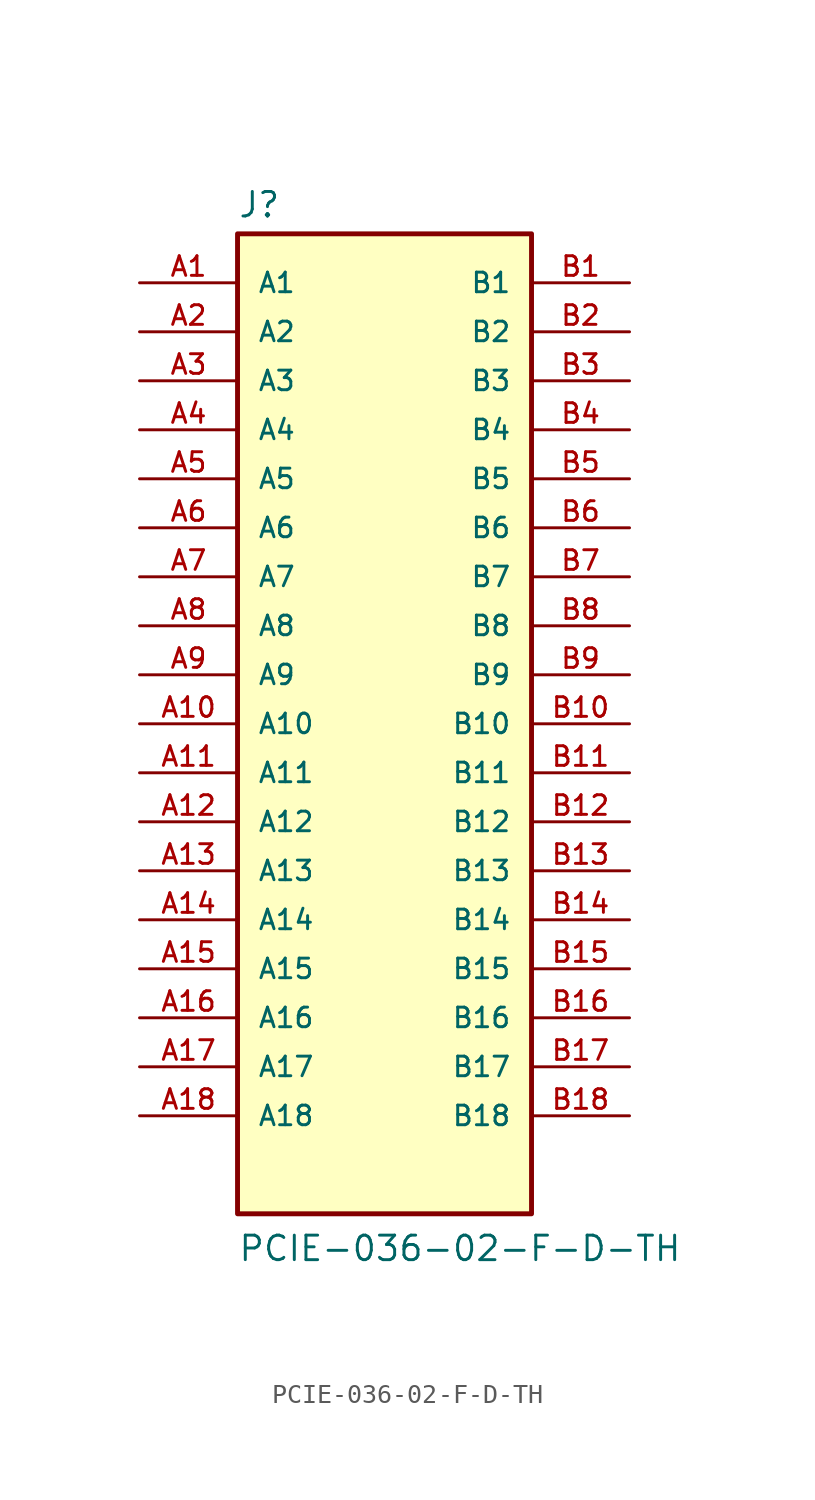
<source format=kicad_sym>
(kicad_symbol_lib
  (version 20211014)
  (generator kicad_symbol_editor)
  (symbol "PCIE-036-02-F-D-TH"
    (pin_names
      (offset 1.016))
    (property "Reference" "J"
      (at -7.62 26.162 0)
      (effects (font (size 1.27 1.27)) (justify bottom left)))
    (property "Value" "PCIE-036-02-F-D-TH"
      (at -7.62 -27.94 0)
      (effects (font (size 1.27 1.27)) (justify bottom left)))
    (symbol "PCIE-036-02-F-D-TH_0_0"
      (rectangle (start -7.62 -25.4) (end 7.62 25.4) (stroke (width 0.254)) (fill (type background)))
      (pin passive line (at -12.7 22.86 0) (length 5.08) (name "A1" (effects (font (size 1.016 1.016)))) (number "A1" (effects (font (size 1.016 1.016)))))
      (pin passive line (at 12.7 22.86 180.0) (length 5.08) (name "B1" (effects (font (size 1.016 1.016)))) (number "B1" (effects (font (size 1.016 1.016)))))
      (pin passive line (at -12.7 20.32 0) (length 5.08) (name "A2" (effects (font (size 1.016 1.016)))) (number "A2" (effects (font (size 1.016 1.016)))))
      (pin passive line (at 12.7 20.32 180.0) (length 5.08) (name "B2" (effects (font (size 1.016 1.016)))) (number "B2" (effects (font (size 1.016 1.016)))))
      (pin passive line (at -12.7 17.78 0) (length 5.08) (name "A3" (effects (font (size 1.016 1.016)))) (number "A3" (effects (font (size 1.016 1.016)))))
      (pin passive line (at 12.7 17.78 180.0) (length 5.08) (name "B3" (effects (font (size 1.016 1.016)))) (number "B3" (effects (font (size 1.016 1.016)))))
      (pin passive line (at -12.7 15.24 0) (length 5.08) (name "A4" (effects (font (size 1.016 1.016)))) (number "A4" (effects (font (size 1.016 1.016)))))
      (pin passive line (at 12.7 15.24 180.0) (length 5.08) (name "B4" (effects (font (size 1.016 1.016)))) (number "B4" (effects (font (size 1.016 1.016)))))
      (pin passive line (at -12.7 12.7 0) (length 5.08) (name "A5" (effects (font (size 1.016 1.016)))) (number "A5" (effects (font (size 1.016 1.016)))))
      (pin passive line (at 12.7 12.7 180.0) (length 5.08) (name "B5" (effects (font (size 1.016 1.016)))) (number "B5" (effects (font (size 1.016 1.016)))))
      (pin passive line (at -12.7 10.16 0) (length 5.08) (name "A6" (effects (font (size 1.016 1.016)))) (number "A6" (effects (font (size 1.016 1.016)))))
      (pin passive line (at 12.7 10.16 180.0) (length 5.08) (name "B6" (effects (font (size 1.016 1.016)))) (number "B6" (effects (font (size 1.016 1.016)))))
      (pin passive line (at -12.7 7.62 0) (length 5.08) (name "A7" (effects (font (size 1.016 1.016)))) (number "A7" (effects (font (size 1.016 1.016)))))
      (pin passive line (at 12.7 7.62 180.0) (length 5.08) (name "B7" (effects (font (size 1.016 1.016)))) (number "B7" (effects (font (size 1.016 1.016)))))
      (pin passive line (at -12.7 5.08 0) (length 5.08) (name "A8" (effects (font (size 1.016 1.016)))) (number "A8" (effects (font (size 1.016 1.016)))))
      (pin passive line (at 12.7 5.08 180.0) (length 5.08) (name "B8" (effects (font (size 1.016 1.016)))) (number "B8" (effects (font (size 1.016 1.016)))))
      (pin passive line (at -12.7 2.54 0) (length 5.08) (name "A9" (effects (font (size 1.016 1.016)))) (number "A9" (effects (font (size 1.016 1.016)))))
      (pin passive line (at 12.7 2.54 180.0) (length 5.08) (name "B9" (effects (font (size 1.016 1.016)))) (number "B9" (effects (font (size 1.016 1.016)))))
      (pin passive line (at -12.7 0.0 0) (length 5.08) (name "A10" (effects (font (size 1.016 1.016)))) (number "A10" (effects (font (size 1.016 1.016)))))
      (pin passive line (at 12.7 0.0 180.0) (length 5.08) (name "B10" (effects (font (size 1.016 1.016)))) (number "B10" (effects (font (size 1.016 1.016)))))
      (pin passive line (at -12.7 -2.54 0) (length 5.08) (name "A11" (effects (font (size 1.016 1.016)))) (number "A11" (effects (font (size 1.016 1.016)))))
      (pin passive line (at 12.7 -2.54 180.0) (length 5.08) (name "B11" (effects (font (size 1.016 1.016)))) (number "B11" (effects (font (size 1.016 1.016)))))
      (pin passive line (at -12.7 -5.08 0) (length 5.08) (name "A12" (effects (font (size 1.016 1.016)))) (number "A12" (effects (font (size 1.016 1.016)))))
      (pin passive line (at 12.7 -5.08 180.0) (length 5.08) (name "B12" (effects (font (size 1.016 1.016)))) (number "B12" (effects (font (size 1.016 1.016)))))
      (pin passive line (at -12.7 -7.62 0) (length 5.08) (name "A13" (effects (font (size 1.016 1.016)))) (number "A13" (effects (font (size 1.016 1.016)))))
      (pin passive line (at 12.7 -7.62 180.0) (length 5.08) (name "B13" (effects (font (size 1.016 1.016)))) (number "B13" (effects (font (size 1.016 1.016)))))
      (pin passive line (at -12.7 -10.16 0) (length 5.08) (name "A14" (effects (font (size 1.016 1.016)))) (number "A14" (effects (font (size 1.016 1.016)))))
      (pin passive line (at 12.7 -10.16 180.0) (length 5.08) (name "B14" (effects (font (size 1.016 1.016)))) (number "B14" (effects (font (size 1.016 1.016)))))
      (pin passive line (at -12.7 -12.7 0) (length 5.08) (name "A15" (effects (font (size 1.016 1.016)))) (number "A15" (effects (font (size 1.016 1.016)))))
      (pin passive line (at 12.7 -12.7 180.0) (length 5.08) (name "B15" (effects (font (size 1.016 1.016)))) (number "B15" (effects (font (size 1.016 1.016)))))
      (pin passive line (at -12.7 -15.24 0) (length 5.08) (name "A16" (effects (font (size 1.016 1.016)))) (number "A16" (effects (font (size 1.016 1.016)))))
      (pin passive line (at 12.7 -15.24 180.0) (length 5.08) (name "B16" (effects (font (size 1.016 1.016)))) (number "B16" (effects (font (size 1.016 1.016)))))
      (pin passive line (at -12.7 -17.78 0) (length 5.08) (name "A17" (effects (font (size 1.016 1.016)))) (number "A17" (effects (font (size 1.016 1.016)))))
      (pin passive line (at 12.7 -17.78 180.0) (length 5.08) (name "B17" (effects (font (size 1.016 1.016)))) (number "B17" (effects (font (size 1.016 1.016)))))
      (pin passive line (at -12.7 -20.32 0) (length 5.08) (name "A18" (effects (font (size 1.016 1.016)))) (number "A18" (effects (font (size 1.016 1.016)))))
      (pin passive line (at 12.7 -20.32 180.0) (length 5.08) (name "B18" (effects (font (size 1.016 1.016)))) (number "B18" (effects (font (size 1.016 1.016))))))))
</source>
